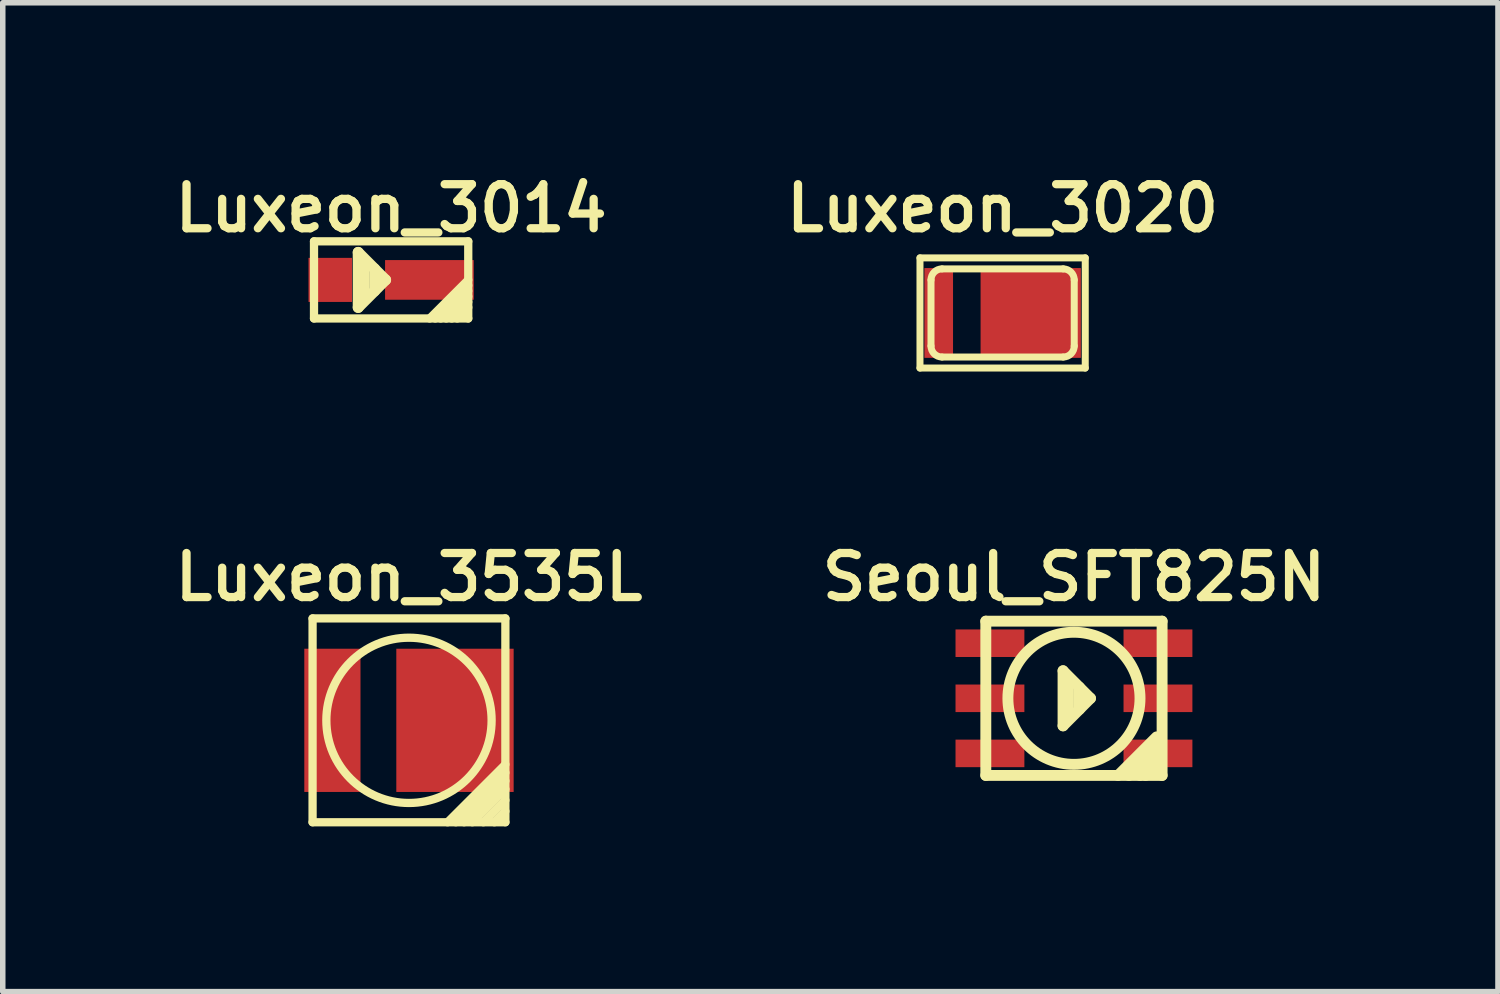
<source format=kicad_pcb>
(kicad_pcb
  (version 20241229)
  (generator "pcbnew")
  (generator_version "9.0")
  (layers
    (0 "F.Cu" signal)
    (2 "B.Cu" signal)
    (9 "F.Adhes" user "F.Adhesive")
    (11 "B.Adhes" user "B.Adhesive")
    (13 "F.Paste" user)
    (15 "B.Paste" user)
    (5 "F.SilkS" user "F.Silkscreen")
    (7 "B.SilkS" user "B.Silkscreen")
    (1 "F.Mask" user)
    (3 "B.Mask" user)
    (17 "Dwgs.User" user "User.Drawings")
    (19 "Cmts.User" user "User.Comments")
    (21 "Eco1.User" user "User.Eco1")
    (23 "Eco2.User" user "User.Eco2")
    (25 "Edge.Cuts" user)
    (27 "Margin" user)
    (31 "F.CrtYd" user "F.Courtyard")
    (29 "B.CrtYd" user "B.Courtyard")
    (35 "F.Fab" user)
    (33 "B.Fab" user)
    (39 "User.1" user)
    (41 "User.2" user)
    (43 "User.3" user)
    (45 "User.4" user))
  (footprint "Luxeon_3020"
    (layer "F.Cu")
    (at 15.15 2.631)
    (property "Reference" "Luxeon_3020" (at 0 -1.9 0) (layer "F.SilkS") (effects (font (size 0.8 0.8) (thickness 0.15))))
    (attr through_hole)
    (fp_line (start -1.5 -1) (end 1.5 -1) (stroke (width 0.127) (type solid)) (layer "F.SilkS"))
    (fp_line (start -1.5 1) (end -1.5 -1) (stroke (width 0.127) (type solid)) (layer "F.SilkS"))
    (fp_line (start -1.3 0.6) (end -1.3 -0.6) (stroke (width 0.127) (type solid)) (layer "F.SilkS"))
    (fp_line (start -1.1 -0.8) (end 1.1 -0.8) (stroke (width 0.127) (type solid)) (layer "F.SilkS"))
    (fp_line (start 1.1 0.8) (end -1.1 0.8) (stroke (width 0.127) (type solid)) (layer "F.SilkS"))
    (fp_line (start 1.3 -0.6) (end 1.3 0.6) (stroke (width 0.127) (type solid)) (layer "F.SilkS"))
    (fp_line (start 1.5 -1) (end 1.5 1) (stroke (width 0.127) (type solid)) (layer "F.SilkS"))
    (fp_line (start 1.5 1) (end -1.5 1) (stroke (width 0.127) (type solid)) (layer "F.SilkS"))
    (fp_arc (start -1.3 -0.6) (mid -1.241421 -0.741421) (end -1.1 -0.8) (stroke (width 0.127) (type solid)) (layer "F.SilkS"))
    (fp_arc (start -1.1 0.8) (mid -1.241421 0.741421) (end -1.3 0.6) (stroke (width 0.127) (type solid)) (layer "F.SilkS"))
    (fp_arc (start 1.1 -0.8) (mid 1.241421 -0.741421) (end 1.3 -0.6) (stroke (width 0.127) (type solid)) (layer "F.SilkS"))
    (fp_arc (start 1.3 0.6) (mid 1.241421 0.741421) (end 1.1 0.8) (stroke (width 0.127) (type solid)) (layer "F.SilkS"))
    (pad "1" smd rect (at -1.16 0) (size 0.52 1.63) (layers "F.Cu" "F.Mask" "F.Paste"))
    (pad "2" smd rect (at 0.51 0) (size 1.82 1.63) (layers "F.Cu" "F.Mask" "F.Paste")))
  (footprint "Luxeon_3014"
    (layer "F.Cu")
    (at 4.05 2.031)
    (property "Reference" "Luxeon_3014" (at 0 -1.3 0) (layer "F.SilkS") (effects (font (size 0.8 0.8) (thickness 0.15))))
    (attr through_hole)
    (fp_line (start -1.4 -0.7) (end 1.4 -0.7) (stroke (width 0.15) (type solid)) (layer "F.SilkS"))
    (fp_line (start -1.4 0.7) (end -1.4 -0.7) (stroke (width 0.15) (type solid)) (layer "F.SilkS"))
    (fp_line (start -0.598 -0.5) (end -0.598 0.5) (stroke (width 0.198) (type solid)) (layer "F.SilkS"))
    (fp_line (start -0.598 0.5) (end -0.1 0) (stroke (width 0.198) (type solid)) (layer "F.SilkS"))
    (fp_line (start -0.499 0.3) (end -0.499 -0.3) (stroke (width 0.198) (type solid)) (layer "F.SilkS"))
    (fp_line (start -0.301 0.201) (end -0.301 -0.201) (stroke (width 0.198) (type solid)) (layer "F.SilkS"))
    (fp_line (start -0.1 0) (end -0.598 -0.5) (stroke (width 0.198) (type solid)) (layer "F.SilkS"))
    (fp_line (start 0.7 0.7) (end 1.4 0) (stroke (width 0.15) (type solid)) (layer "F.SilkS"))
    (fp_line (start 0.8 0.7) (end 1.4 0.1) (stroke (width 0.15) (type solid)) (layer "F.SilkS"))
    (fp_line (start 0.9 0.7) (end 1.4 0.2) (stroke (width 0.15) (type solid)) (layer "F.SilkS"))
    (fp_line (start 1 0.7) (end 1.4 0.3) (stroke (width 0.15) (type solid)) (layer "F.SilkS"))
    (fp_line (start 1.1 0.7) (end 1.4 0.4) (stroke (width 0.15) (type solid)) (layer "F.SilkS"))
    (fp_line (start 1.4 -0.7) (end 1.4 0.7) (stroke (width 0.15) (type solid)) (layer "F.SilkS"))
    (fp_line (start 1.4 0.5) (end 1.2 0.7) (stroke (width 0.15) (type solid)) (layer "F.SilkS"))
    (fp_line (start 1.4 0.7) (end -1.4 0.7) (stroke (width 0.15) (type solid)) (layer "F.SilkS"))
    (pad "1" smd rect (at -1.105 0) (size 0.79 0.8) (layers "F.Cu" "F.Mask" "F.Paste"))
    (pad "2" smd rect (at 0.695 0) (size 1.61 0.72) (layers "F.Cu" "F.Mask" "F.Paste")))
  (footprint "Luxeon_3535L"
    (layer "F.Cu")
    (at 4.374 10.026)
    (property "Reference" "Luxeon_3535L" (at 0 -2.6 0) (layer "F.SilkS") (effects (font (size 0.8 0.8) (thickness 0.15))))
    (attr smd)
    (fp_line (start -1.75 -1.85) (end 1.75 -1.85) (stroke (width 0.15) (type solid)) (layer "F.SilkS"))
    (fp_line (start -1.75 1.85) (end -1.75 -1.85) (stroke (width 0.15) (type solid)) (layer "F.SilkS"))
    (fp_line (start 0.7 1.85) (end 1.75 0.8) (stroke (width 0.15) (type solid)) (layer "F.SilkS"))
    (fp_line (start 0.85 1.85) (end 1.75 0.95) (stroke (width 0.15) (type solid)) (layer "F.SilkS"))
    (fp_line (start 1 1.85) (end 1.75 1.1) (stroke (width 0.15) (type solid)) (layer "F.SilkS"))
    (fp_line (start 1.15 1.85) (end 1.75 1.25) (stroke (width 0.15) (type solid)) (layer "F.SilkS"))
    (fp_line (start 1.35 1.85) (end 1.75 1.45) (stroke (width 0.15) (type solid)) (layer "F.SilkS"))
    (fp_line (start 1.55 1.85) (end 1.75 1.65) (stroke (width 0.15) (type solid)) (layer "F.SilkS"))
    (fp_line (start 1.75 -1.85) (end 1.75 1.85) (stroke (width 0.15) (type solid)) (layer "F.SilkS"))
    (fp_line (start 1.75 1.85) (end -1.75 1.85) (stroke (width 0.15) (type solid)) (layer "F.SilkS"))
    (fp_circle (center 0 0) (end 1.5 0) (stroke (width 0.15) (type solid)) (fill no) (layer "F.SilkS"))
    (pad "1" smd rect (at -1.39 0) (size 1.02 2.6) (layers "F.Cu" "F.Mask" "F.Paste"))
    (pad "2" smd rect (at 0.835 0) (size 2.13 2.6) (layers "F.Cu" "F.Mask" "F.Paste")))
  (footprint "Seoul_SFT825N"
    (layer "F.Cu")
    (at 16.445 9.626)
    (property "Reference" "Seoul_SFT825N" (at 0 -2.2 0) (layer "F.SilkS") (effects (font (size 0.8 0.8) (thickness 0.15))))
    (attr through_hole)
    (fp_line (start -1.6 -1.4) (end -1.6 1.4) (stroke (width 0.198) (type solid)) (layer "F.SilkS"))
    (fp_line (start -1.6 1.4) (end 1.6 1.4) (stroke (width 0.198) (type solid)) (layer "F.SilkS"))
    (fp_line (start -0.198 -0.5) (end -0.198 0.5) (stroke (width 0.198) (type solid)) (layer "F.SilkS"))
    (fp_line (start -0.198 0.5) (end 0.3 0) (stroke (width 0.198) (type solid)) (layer "F.SilkS"))
    (fp_line (start -0.099 0.3) (end -0.099 -0.3) (stroke (width 0.198) (type solid)) (layer "F.SilkS"))
    (fp_line (start 0.099 0.201) (end 0.099 -0.201) (stroke (width 0.198) (type solid)) (layer "F.SilkS"))
    (fp_line (start 0.3 0) (end -0.198 -0.5) (stroke (width 0.198) (type solid)) (layer "F.SilkS"))
    (fp_line (start 0.8 1.4) (end 1.499 0.701) (stroke (width 0.198) (type solid)) (layer "F.SilkS"))
    (fp_line (start 0.998 1.4) (end 1.499 0.899) (stroke (width 0.198) (type solid)) (layer "F.SilkS"))
    (fp_line (start 1.199 1.4) (end 1.499 1.1) (stroke (width 0.198) (type solid)) (layer "F.SilkS"))
    (fp_line (start 1.499 1.199) (end 1.3 1.4) (stroke (width 0.198) (type solid)) (layer "F.SilkS"))
    (fp_line (start 1.6 -1.4) (end -1.6 -1.4) (stroke (width 0.198) (type solid)) (layer "F.SilkS"))
    (fp_line (start 1.6 1.4) (end 1.6 -1.4) (stroke (width 0.198) (type solid)) (layer "F.SilkS"))
    (fp_circle (center 0 0) (end -1.199 0) (stroke (width 0.198) (type solid)) (fill no) (layer "F.SilkS"))
    (pad "1" smd rect (at 1.525 1) (size 1.25 0.5) (layers "F.Cu" "F.Mask" "F.Paste"))
    (pad "2" smd rect (at 1.525 0) (size 1.25 0.5) (layers "F.Cu" "F.Mask" "F.Paste"))
    (pad "3" smd rect (at 1.525 -1) (size 1.25 0.5) (layers "F.Cu" "F.Mask" "F.Paste"))
    (pad "4" smd rect (at -1.525 -1) (size 1.25 0.5) (layers "F.Cu" "F.Mask" "F.Paste"))
    (pad "5" smd rect (at -1.525 0) (size 1.25 0.5) (layers "F.Cu" "F.Mask" "F.Paste"))
    (pad "6" smd rect (at -1.525 1) (size 1.25 0.5) (layers "F.Cu" "F.Mask" "F.Paste")))
  (gr_rect
    (start -3 -3)
    (end 24.142 14.951)
    (stroke (width 0.1) (type default))
    (fill no)
    (layer "Edge.Cuts")))
</source>
